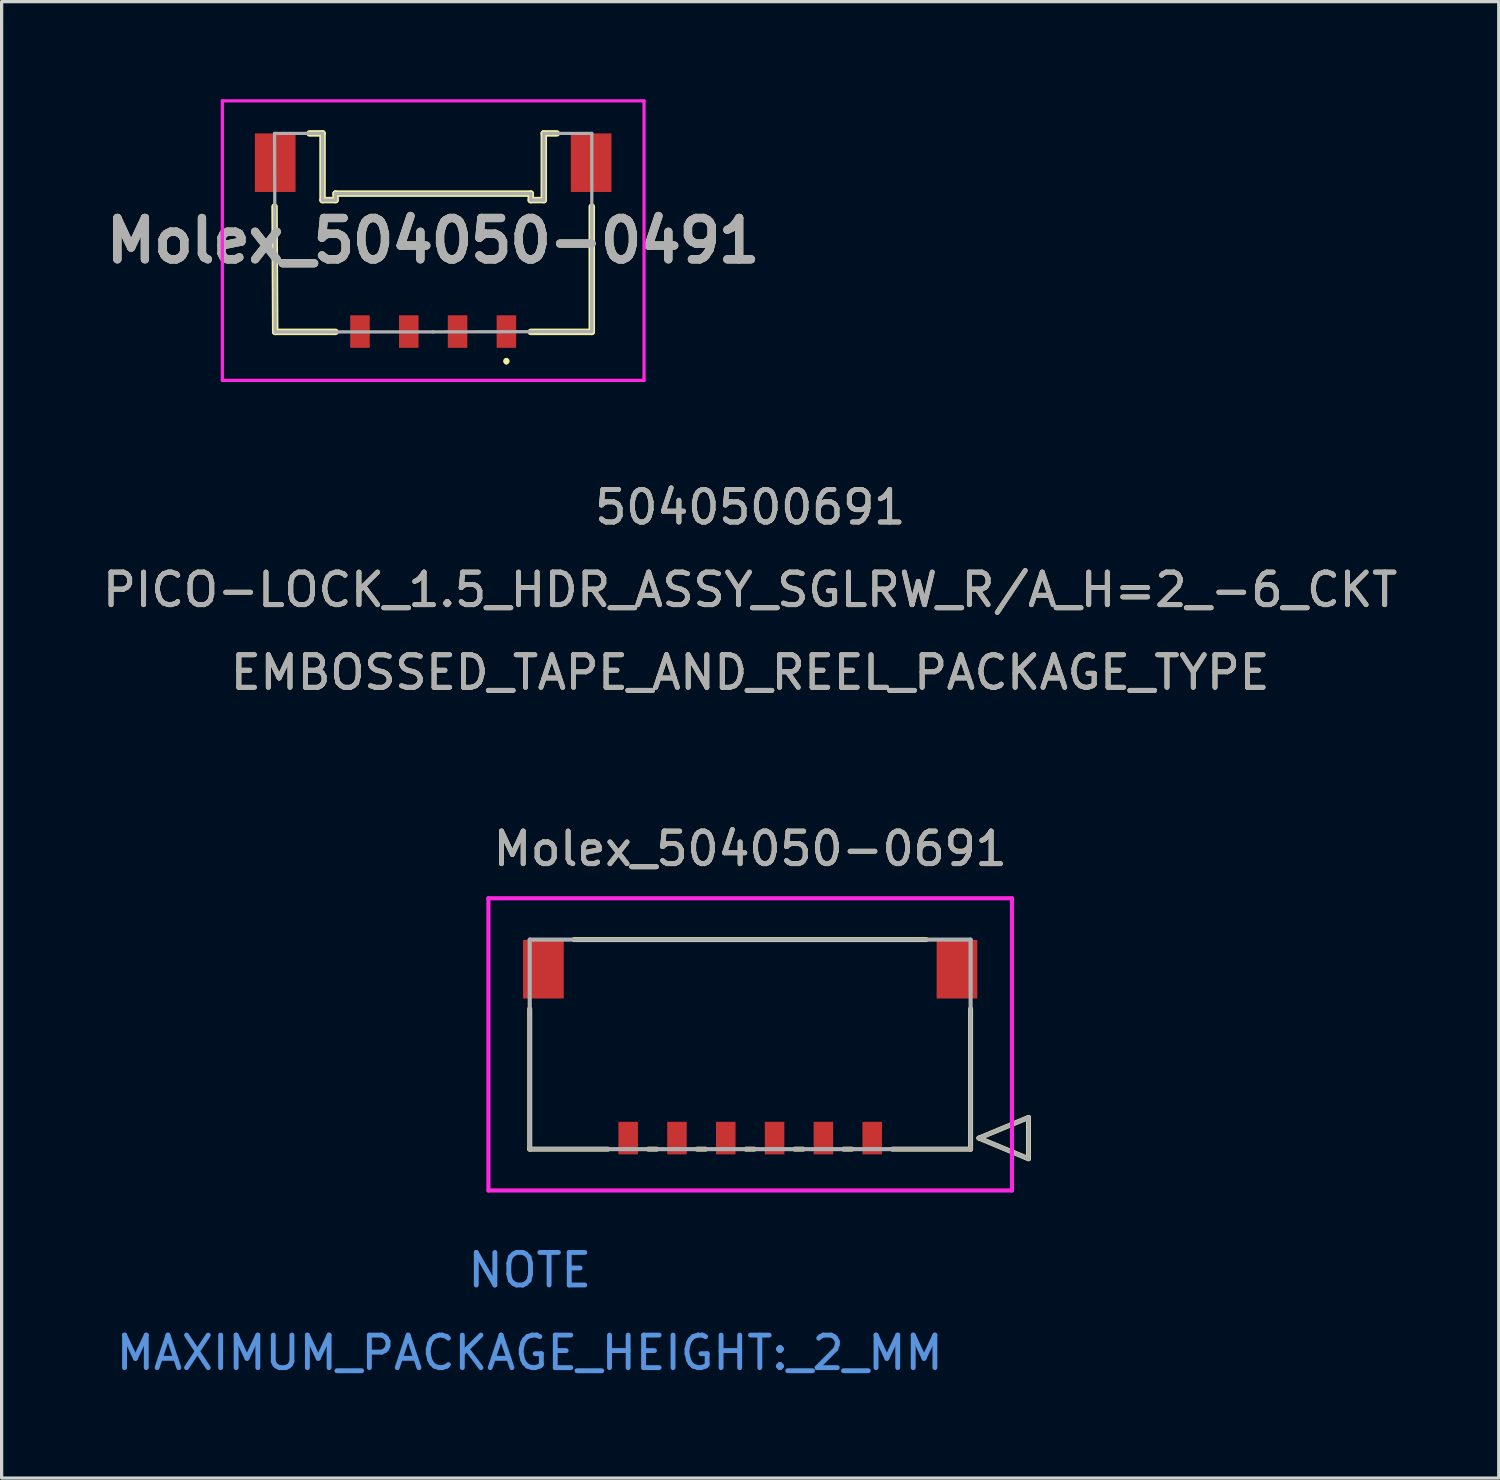
<source format=kicad_pcb>
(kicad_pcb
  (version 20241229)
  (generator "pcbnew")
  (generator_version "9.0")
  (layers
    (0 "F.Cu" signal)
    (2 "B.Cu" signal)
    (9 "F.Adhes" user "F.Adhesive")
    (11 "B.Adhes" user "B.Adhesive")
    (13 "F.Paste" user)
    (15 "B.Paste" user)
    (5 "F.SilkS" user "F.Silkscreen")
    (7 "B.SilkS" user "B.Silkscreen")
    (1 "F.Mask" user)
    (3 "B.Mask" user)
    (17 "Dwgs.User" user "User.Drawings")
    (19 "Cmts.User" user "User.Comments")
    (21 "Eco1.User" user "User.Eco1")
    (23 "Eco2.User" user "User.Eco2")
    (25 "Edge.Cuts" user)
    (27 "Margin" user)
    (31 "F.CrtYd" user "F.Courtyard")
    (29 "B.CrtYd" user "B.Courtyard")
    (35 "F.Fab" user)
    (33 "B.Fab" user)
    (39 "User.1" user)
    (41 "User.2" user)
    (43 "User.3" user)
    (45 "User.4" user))
  (footprint "Molex_504050-0691"
    (layer "F.Cu")
    (at 23.756 31.928)
    (property "Reference" "Molex_504050-0691" (at -3.75 -8.89 0) (unlocked yes) (layer "F.SilkS") (effects (font (size 1 1) (thickness 0.15))))
    (attr smd)
    (fp_line (start -10.525 -3.97) (end -10.525 0.34) (stroke (width 0.152) (type solid)) (layer "F.SilkS"))
    (fp_line (start -10.525 0.34) (end -8.12 0.34) (stroke (width 0.152) (type solid)) (layer "F.SilkS"))
    (fp_line (start -6.88 0.34) (end -6.62 0.34) (stroke (width 0.152) (type solid)) (layer "F.SilkS"))
    (fp_line (start -5.38 0.34) (end -5.12 0.34) (stroke (width 0.152) (type solid)) (layer "F.SilkS"))
    (fp_line (start -3.88 0.34) (end -3.62 0.34) (stroke (width 0.152) (type solid)) (layer "F.SilkS"))
    (fp_line (start -2.38 0.34) (end -2.12 0.34) (stroke (width 0.152) (type solid)) (layer "F.SilkS"))
    (fp_line (start -0.88 0.34) (end -0.62 0.34) (stroke (width 0.152) (type solid)) (layer "F.SilkS"))
    (fp_line (start 0.62 0.34) (end 3.025 0.34) (stroke (width 0.152) (type solid)) (layer "F.SilkS"))
    (fp_line (start 1.66 -6.1) (end -9.16 -6.1) (stroke (width 0.152) (type solid)) (layer "F.SilkS"))
    (fp_line (start 3.025 0.34) (end 3.025 -3.97) (stroke (width 0.152) (type solid)) (layer "F.SilkS"))
    (fp_line (start 3.279 0) (end 4.803 -0.635) (stroke (width 0.152) (type solid)) (layer "F.SilkS"))
    (fp_line (start 4.803 -0.635) (end 4.803 0.635) (stroke (width 0.152) (type solid)) (layer "F.SilkS"))
    (fp_line (start 4.803 0.635) (end 3.279 0) (stroke (width 0.152) (type solid)) (layer "F.SilkS"))
    (fp_line (start -11.795 -7.37) (end -11.795 1.61) (stroke (width 0.127) (type solid)) (layer "F.CrtYd"))
    (fp_line (start -11.795 1.61) (end 4.295 1.61) (stroke (width 0.127) (type solid)) (layer "F.CrtYd"))
    (fp_line (start 4.295 -7.37) (end -11.795 -7.37) (stroke (width 0.127) (type solid)) (layer "F.CrtYd"))
    (fp_line (start 4.295 1.61) (end 4.295 -7.37) (stroke (width 0.127) (type solid)) (layer "F.CrtYd"))
    (fp_line (start -10.525 -6.1) (end -10.525 0.34) (stroke (width 0.127) (type solid)) (layer "F.Fab"))
    (fp_line (start -10.525 0.34) (end 3.025 0.34) (stroke (width 0.127) (type solid)) (layer "F.Fab"))
    (fp_line (start 3.025 -6.1) (end -10.525 -6.1) (stroke (width 0.127) (type solid)) (layer "F.Fab"))
    (fp_line (start 3.025 0.34) (end 3.025 -6.1) (stroke (width 0.127) (type solid)) (layer "F.Fab"))
    (fp_line (start 3.279 0) (end 4.803 -0.635) (stroke (width 0.127) (type solid)) (layer "F.Fab"))
    (fp_line (start 4.803 -0.635) (end 4.803 0.635) (stroke (width 0.127) (type solid)) (layer "F.Fab"))
    (fp_line (start 4.803 0.635) (end 3.279 0) (stroke (width 0.127) (type solid)) (layer "F.Fab"))
    (fp_text user "5040500691" (at -3.75 -19.39 0) (unlocked yes) (layer "F.SilkS") (effects (font (size 1 1) (thickness 0.15))))
    (fp_text user "PICO-LOCK_1.5_HDR_ASSY_SGLRW_R/A_H=2_-6_CKT" (at -3.75 -16.85 0) (unlocked yes) (layer "F.SilkS") (effects (font (size 1 1) (thickness 0.15))))
    (fp_text user "EMBOSSED_TAPE_AND_REEL_PACKAGE_TYPE" (at -3.75 -14.31 0) (unlocked yes) (layer "F.SilkS") (effects (font (size 1 1) (thickness 0.15))))
    (fp_text user "MAXIMUM_PACKAGE_HEIGHT:_2_MM" (at -10.525 6.6 0) (unlocked yes) (layer "Cmts.User") (effects (font (size 1 1) (thickness 0.15))))
    (fp_text user "NOTE" (at -10.525 4.06 0) (unlocked yes) (layer "Cmts.User") (effects (font (size 1 1) (thickness 0.15))))
    (fp_text user "5040500691" (at -3.75 -19.39 0) (unlocked yes) (layer "F.Fab") (effects (font (size 1 1) (thickness 0.15))))
    (fp_text user "EMBOSSED_TAPE_AND_REEL_PACKAGE_TYPE" (at -3.75 -14.31 0) (unlocked yes) (layer "F.Fab") (effects (font (size 1 1) (thickness 0.15))))
    (fp_text user "${REFERENCE}" (at -3.75 -8.89 0) (unlocked yes) (layer "F.Fab") (effects (font (size 1 1) (thickness 0.15))))
    (fp_text user "PICO-LOCK_1.5_HDR_ASSY_SGLRW_R/A_H=2_-6_CKT" (at -3.75 -16.85 0) (unlocked yes) (layer "F.Fab") (effects (font (size 1 1) (thickness 0.15))))
    (pad "1" smd rect (at 0 0) (size 0.6 1) (layers "F.Cu" "F.Mask" "F.Paste"))
    (pad "2" smd rect (at -1.5 0) (size 0.6 1) (layers "F.Cu" "F.Mask" "F.Paste"))
    (pad "3" smd rect (at -3 0) (size 0.6 1) (layers "F.Cu" "F.Mask" "F.Paste"))
    (pad "4" smd rect (at -4.5 0) (size 0.6 1) (layers "F.Cu" "F.Mask" "F.Paste"))
    (pad "5" smd rect (at -6 0) (size 0.6 1) (layers "F.Cu" "F.Mask" "F.Paste"))
    (pad "6" smd rect (at -7.5 0) (size 0.6 1) (layers "F.Cu" "F.Mask" "F.Paste"))
    (pad "7" smd rect (at 2.605 -5.19) (size 1.25 1.8) (layers "F.Cu" "F.Mask" "F.Paste"))
    (pad "8" smd rect (at -10.105 -5.19) (size 1.25 1.8) (layers "F.Cu" "F.Mask" "F.Paste")))
  (footprint "Molex_504050-0491"
    (layer "F.Cu")
    (at 10.263 4.1)
    (property "Reference" "Molex_504050-0491" (at 0 0.245 0) (layer "F.SilkS") (effects (font (size 1.27 1.27) (thickness 0.254))))
    (attr smd)
    (fp_line (start -4.855 3.05) (end -4.875 -0.8) (stroke (width 0.2) (type solid)) (layer "F.SilkS"))
    (fp_line (start -3.8 -3.05) (end -3.4 -3.05) (stroke (width 0.2) (type solid)) (layer "F.SilkS"))
    (fp_line (start -3.4 -3.05) (end -3.4 -1) (stroke (width 0.2) (type solid)) (layer "F.SilkS"))
    (fp_line (start -3.4 -1) (end -3 -1) (stroke (width 0.2) (type solid)) (layer "F.SilkS"))
    (fp_line (start -3 -1.2) (end 3 -1.2) (stroke (width 0.2) (type solid)) (layer "F.SilkS"))
    (fp_line (start -3 -1) (end -3 -1.2) (stroke (width 0.2) (type solid)) (layer "F.SilkS"))
    (fp_line (start -3 3.05) (end -4.855 3.05) (stroke (width 0.2) (type solid)) (layer "F.SilkS"))
    (fp_line (start 2.25 3.9) (end 2.25 3.9) (stroke (width 0.1) (type solid)) (layer "F.SilkS"))
    (fp_line (start 2.25 4) (end 2.25 4) (stroke (width 0.1) (type solid)) (layer "F.SilkS"))
    (fp_line (start 3 -1.2) (end 3 -1) (stroke (width 0.2) (type solid)) (layer "F.SilkS"))
    (fp_line (start 3 -1) (end 3.4 -1) (stroke (width 0.2) (type solid)) (layer "F.SilkS"))
    (fp_line (start 3 3.05) (end 4.875 3.05) (stroke (width 0.2) (type solid)) (layer "F.SilkS"))
    (fp_line (start 3.4 -3.05) (end 3.8 -3.05) (stroke (width 0.2) (type solid)) (layer "F.SilkS"))
    (fp_line (start 3.4 -1) (end 3.4 -3.05) (stroke (width 0.2) (type solid)) (layer "F.SilkS"))
    (fp_line (start 4.875 3.05) (end 4.875 -0.8) (stroke (width 0.2) (type solid)) (layer "F.SilkS"))
    (fp_arc (start 2.25 3.9) (mid 2.3 3.95) (end 2.25 4) (stroke (width 0.1) (type solid)) (layer "F.SilkS"))
    (fp_arc (start 2.25 4) (mid 2.2 3.95) (end 2.25 3.9) (stroke (width 0.1) (type solid)) (layer "F.SilkS"))
    (fp_line (start -6.48 -4.05) (end 6.48 -4.05) (stroke (width 0.1) (type solid)) (layer "F.CrtYd"))
    (fp_line (start -6.48 4.54) (end -6.48 -4.05) (stroke (width 0.1) (type solid)) (layer "F.CrtYd"))
    (fp_line (start 6.48 -4.05) (end 6.48 4.54) (stroke (width 0.1) (type solid)) (layer "F.CrtYd"))
    (fp_line (start 6.48 4.54) (end -6.48 4.54) (stroke (width 0.1) (type solid)) (layer "F.CrtYd"))
    (fp_line (start -4.875 -3.05) (end -3.4 -3.05) (stroke (width 0.1) (type solid)) (layer "F.Fab"))
    (fp_line (start -4.855 3.05) (end -4.875 -3.05) (stroke (width 0.1) (type solid)) (layer "F.Fab"))
    (fp_line (start -3.4 -3.05) (end -3.4 -1) (stroke (width 0.1) (type solid)) (layer "F.Fab"))
    (fp_line (start -3.4 -1) (end -3 -1) (stroke (width 0.1) (type solid)) (layer "F.Fab"))
    (fp_line (start -3 -1.2) (end 3 -1.2) (stroke (width 0.1) (type solid)) (layer "F.Fab"))
    (fp_line (start -3 -1) (end -3 -1.2) (stroke (width 0.1) (type solid)) (layer "F.Fab"))
    (fp_line (start 0 3.05) (end -4.855 3.05) (stroke (width 0.1) (type solid)) (layer "F.Fab"))
    (fp_line (start 3 -1.2) (end 3 -1) (stroke (width 0.1) (type solid)) (layer "F.Fab"))
    (fp_line (start 3 -1) (end 3.4 -1) (stroke (width 0.1) (type solid)) (layer "F.Fab"))
    (fp_line (start 3.4 -3.05) (end 4.875 -3.05) (stroke (width 0.1) (type solid)) (layer "F.Fab"))
    (fp_line (start 3.4 -1) (end 3.4 -3.05) (stroke (width 0.1) (type solid)) (layer "F.Fab"))
    (fp_line (start 4.875 -3.05) (end 4.875 3.04) (stroke (width 0.1) (type solid)) (layer "F.Fab"))
    (fp_line (start 4.875 3.04) (end 0 3.05) (stroke (width 0.1) (type solid)) (layer "F.Fab"))
    (fp_text user "${REFERENCE}" (at 0 0.245 0) (layer "F.Fab") (effects (font (size 1.27 1.27) (thickness 0.254))))
    (pad "1" smd rect (at 2.25 3.04) (size 0.6 1) (layers "F.Cu" "F.Mask" "F.Paste"))
    (pad "2" smd rect (at 0.75 3.04) (size 0.6 1) (layers "F.Cu" "F.Mask" "F.Paste"))
    (pad "3" smd rect (at -0.75 3.04) (size 0.6 1) (layers "F.Cu" "F.Mask" "F.Paste"))
    (pad "4" smd rect (at -2.25 3.04) (size 0.6 1) (layers "F.Cu" "F.Mask" "F.Paste"))
    (pad "MP1" smd rect (at 4.855 -2.15) (size 1.25 1.8) (layers "F.Cu" "F.Mask" "F.Paste"))
    (pad "MP2" smd rect (at -4.855 -2.15) (size 1.25 1.8) (layers "F.Cu" "F.Mask" "F.Paste")))
  (gr_rect
    (start -3 -3)
    (end 43.012 42.377)
    (stroke (width 0.1) (type default))
    (fill no)
    (layer "Edge.Cuts")))
</source>
